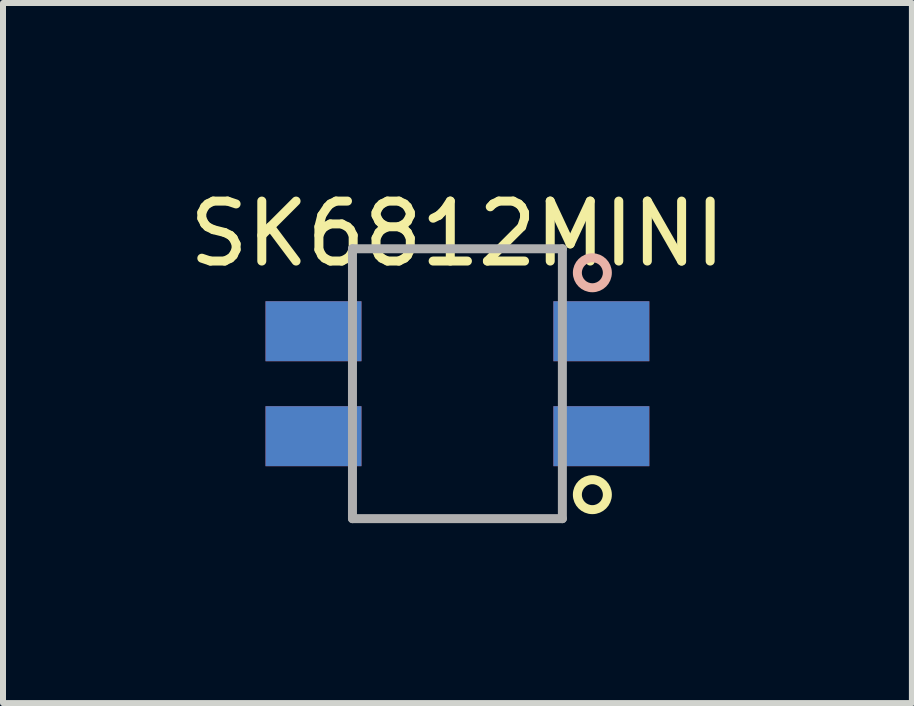
<source format=kicad_pcb>
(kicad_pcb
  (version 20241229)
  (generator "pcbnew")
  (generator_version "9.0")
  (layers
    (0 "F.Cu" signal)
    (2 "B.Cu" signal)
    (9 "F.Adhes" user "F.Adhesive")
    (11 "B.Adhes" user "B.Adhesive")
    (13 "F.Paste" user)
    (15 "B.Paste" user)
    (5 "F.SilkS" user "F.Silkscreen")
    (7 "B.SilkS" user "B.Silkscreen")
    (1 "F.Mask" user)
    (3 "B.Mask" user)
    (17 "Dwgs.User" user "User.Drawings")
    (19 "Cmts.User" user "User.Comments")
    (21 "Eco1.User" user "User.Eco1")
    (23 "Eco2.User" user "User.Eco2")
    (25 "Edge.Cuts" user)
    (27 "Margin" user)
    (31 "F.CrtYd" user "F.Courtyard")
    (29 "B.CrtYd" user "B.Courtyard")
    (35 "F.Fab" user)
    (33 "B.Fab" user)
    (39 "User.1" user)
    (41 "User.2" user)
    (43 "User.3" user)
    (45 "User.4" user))
  (footprint "SK6812MINI"
    (layer "F.Cu")
    (at 4.577 3.348)
    (property "Reference" "SK6812MINI" (at 0 -2.5 0) (layer "F.SilkS") (effects (font (size 1 1) (thickness 0.15))))
    (attr through_hole)
    (fp_circle (center 2.25 1.85) (end 2.25 1.6) (stroke (width 0.15) (type solid)) (fill no) (layer "F.SilkS"))
    (fp_circle (center 2.25 -1.85) (end 2.25 -2.1) (stroke (width 0.15) (type solid)) (fill no) (layer "B.SilkS"))
    (fp_line (start -1.75 -2.25) (end -1.75 2.25) (stroke (width 0.15) (type solid)) (layer "F.Fab"))
    (fp_line (start -1.75 -2.25) (end 1.75 -2.25) (stroke (width 0.15) (type solid)) (layer "F.Fab"))
    (fp_line (start 1.75 -2.25) (end 1.75 2.25) (stroke (width 0.15) (type solid)) (layer "F.Fab"))
    (fp_line (start 1.75 2.25) (end -1.75 2.25) (stroke (width 0.15) (type solid)) (layer "F.Fab"))
    (pad "1" smd rect (at -2.4 -0.875) (size 1.6 1) (layers "B.Cu" "B.Mask" "B.Paste"))
    (pad "1" smd rect (at -2.4 0.875) (size 1.6 1) (layers "F.Cu" "F.Mask" "F.Paste"))
    (pad "2" smd rect (at -2.4 -0.875) (size 1.6 1) (layers "F.Cu" "F.Mask" "F.Paste"))
    (pad "2" smd rect (at -2.4 0.875) (size 1.6 1) (layers "B.Cu" "B.Mask" "B.Paste"))
    (pad "3" smd rect (at 2.4 -0.875) (size 1.6 1) (layers "F.Cu" "F.Mask" "F.Paste"))
    (pad "3" smd rect (at 2.4 0.875) (size 1.6 1) (layers "B.Cu" "B.Mask" "B.Paste"))
    (pad "4" smd rect (at 2.4 -0.875) (size 1.6 1) (layers "B.Cu" "B.Mask" "B.Paste"))
    (pad "4" smd rect (at 2.4 0.875) (size 1.6 1) (layers "F.Cu" "F.Mask" "F.Paste")))
  (gr_rect
    (start -3 -3)
    (end 12.155 8.673)
    (stroke (width 0.1) (type default))
    (fill no)
    (layer "Edge.Cuts")))
</source>
